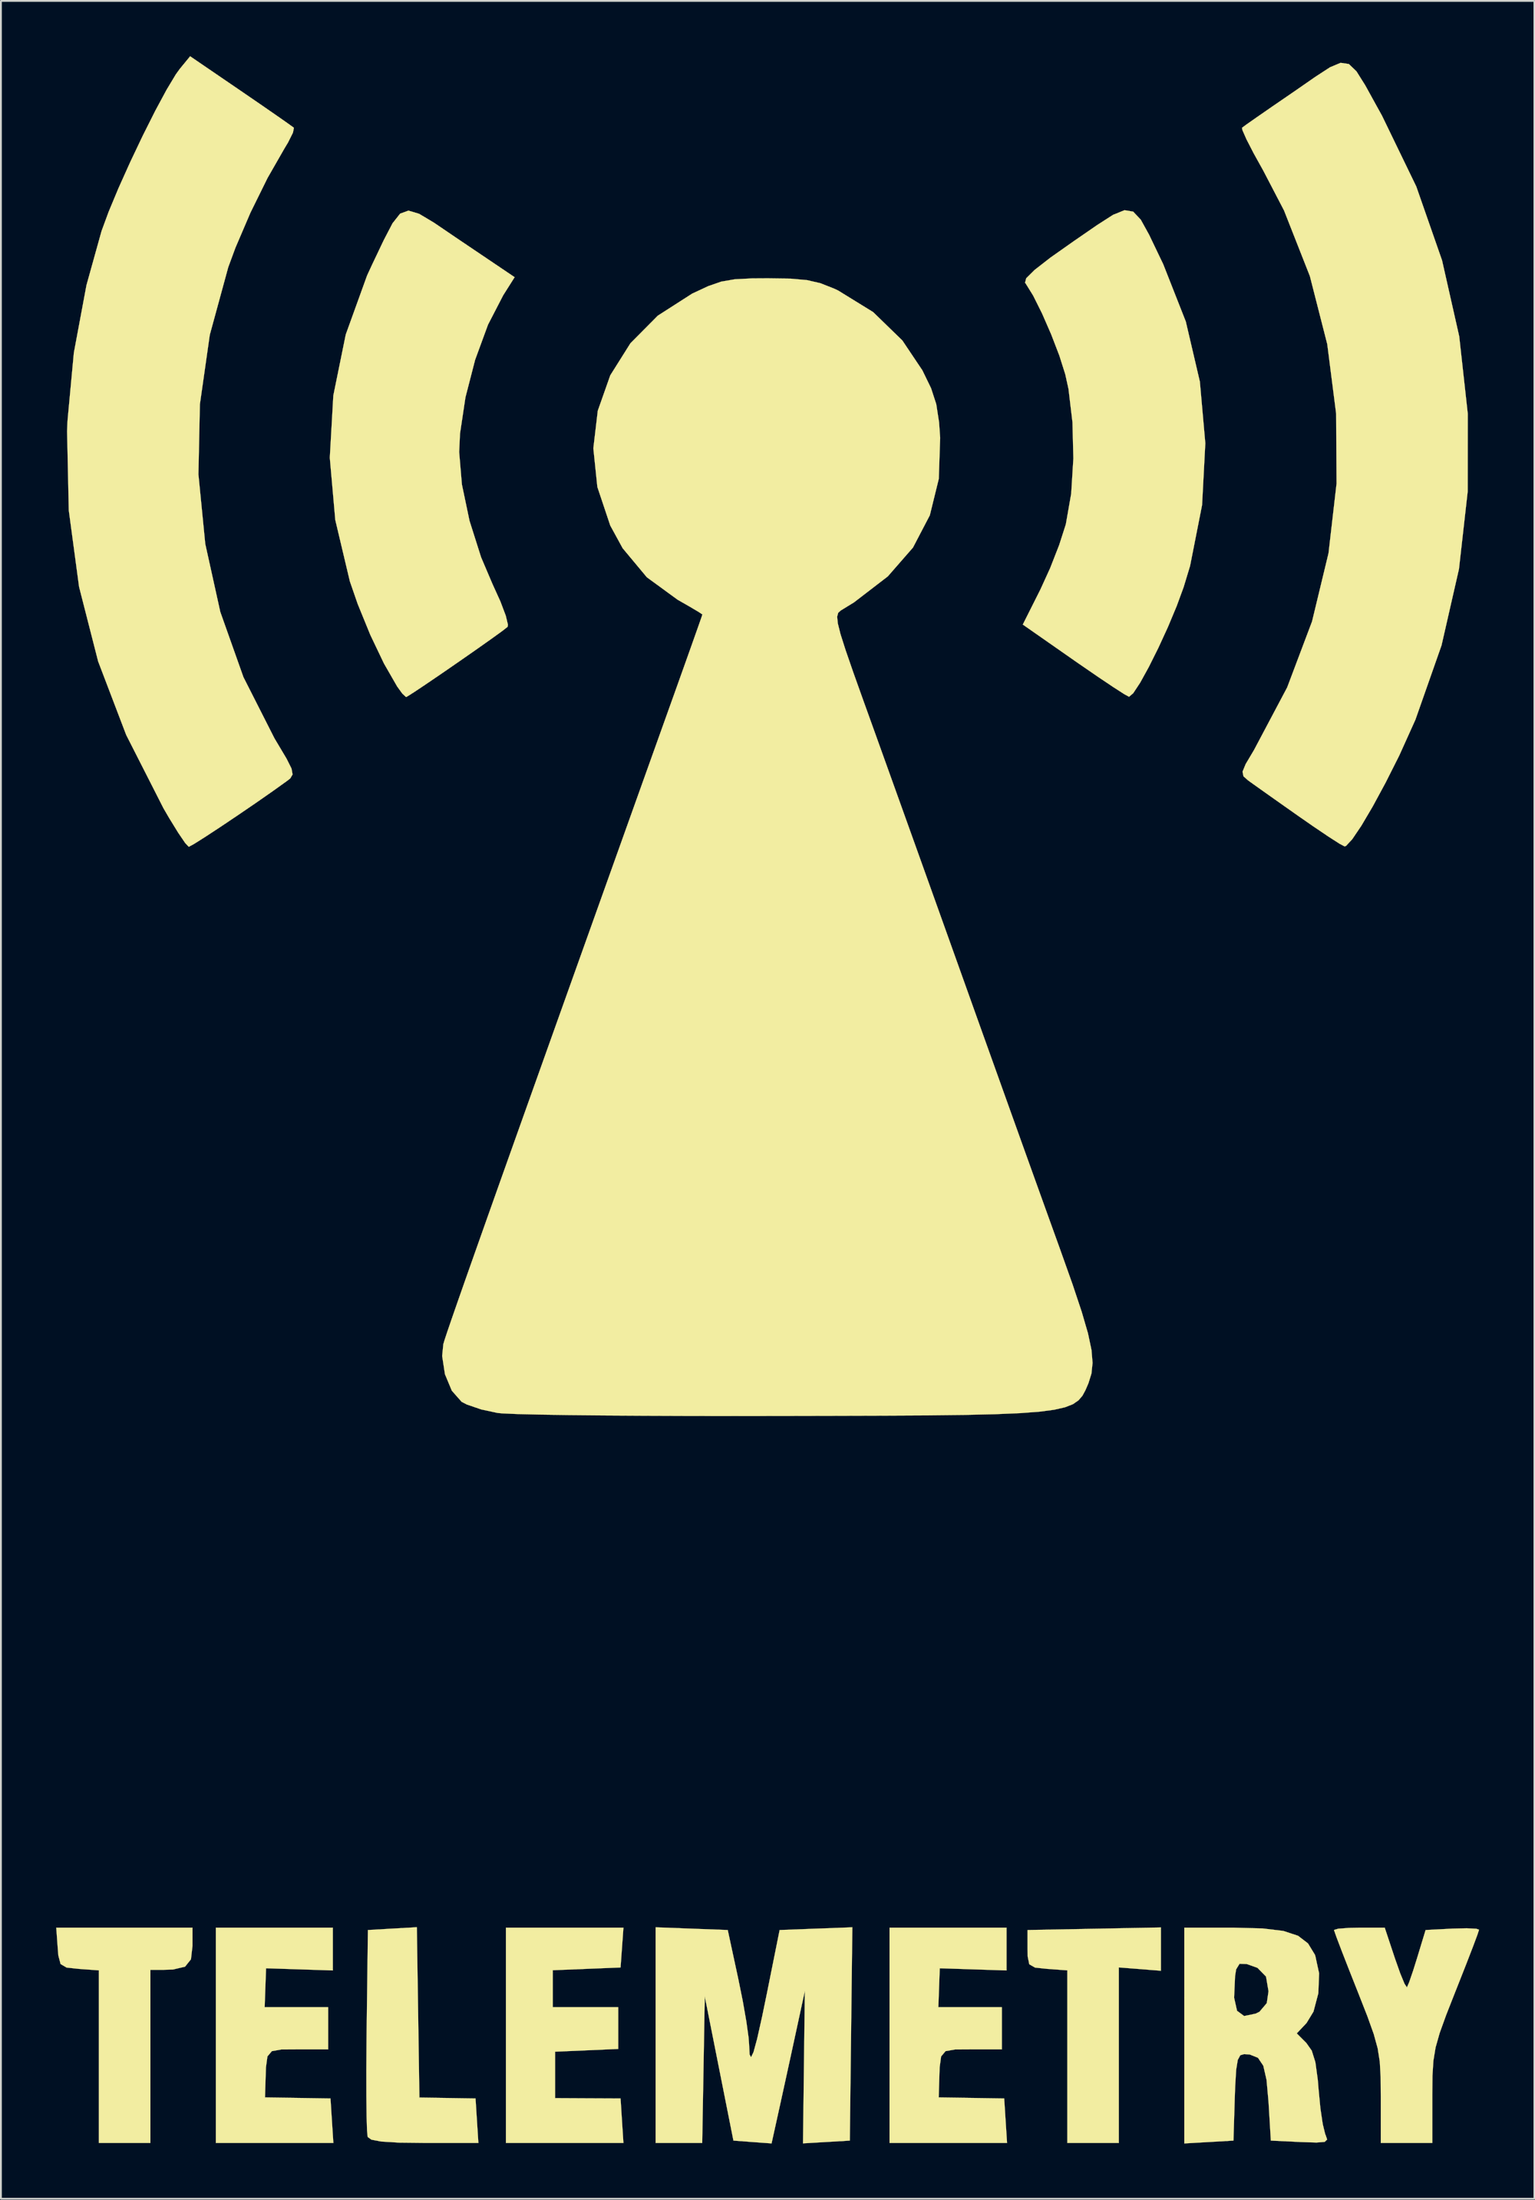
<source format=kicad_pcb>
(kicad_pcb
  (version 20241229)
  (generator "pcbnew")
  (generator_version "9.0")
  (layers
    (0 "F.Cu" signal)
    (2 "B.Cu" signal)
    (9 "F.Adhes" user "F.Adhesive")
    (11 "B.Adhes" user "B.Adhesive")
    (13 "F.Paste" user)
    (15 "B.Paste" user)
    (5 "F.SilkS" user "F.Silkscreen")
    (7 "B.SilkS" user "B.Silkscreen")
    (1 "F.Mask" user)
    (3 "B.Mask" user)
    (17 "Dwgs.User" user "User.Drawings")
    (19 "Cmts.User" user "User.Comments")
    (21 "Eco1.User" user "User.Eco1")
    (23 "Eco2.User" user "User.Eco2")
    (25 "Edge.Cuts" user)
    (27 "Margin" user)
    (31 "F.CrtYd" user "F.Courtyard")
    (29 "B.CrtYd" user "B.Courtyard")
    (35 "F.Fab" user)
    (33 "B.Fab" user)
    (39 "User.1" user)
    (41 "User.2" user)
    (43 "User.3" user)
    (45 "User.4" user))
  (footprint "Telemetry pic"
    (layer "F.Cu")
    (at 38.642 55.109)
    (property "Reference" "Telemetry pic" (at 0 0 0) (layer "F.SilkS") (effects (font (size 1.524 1.524) (thickness 0.3))))
    (attr through_hole)
    (fp_poly (pts (xy 21.336 48.819) (xy 20.193 48.728) (xy 19.05 48.637) (xy 19.05 58.166) (xy 16.256 58.166) (xy 16.256 48.797) (xy 15.177 48.719) (xy 14.5 48.647) (xy 14.189 48.468) (xy 14.101 48.036) (xy 14.097 47.625) (xy 14.097 46.609) (xy 21.336 46.468) (xy 21.336 48.819)) (stroke (width 0.01) (type solid)) (fill yes) (layer "F.SilkS"))
    (fp_poly (pts (xy -31.242 47.471) (xy -31.325 48.198) (xy -31.644 48.596) (xy -32.303 48.753) (xy -32.787 48.768) (xy -33.528 48.768) (xy -33.528 58.166) (xy -36.322 58.166) (xy -36.322 48.797) (xy -37.401 48.719) (xy -38.08 48.645) (xy -38.403 48.454) (xy -38.524 47.992) (xy -38.559 47.562) (xy -38.637 46.482) (xy -31.242 46.482) (xy -31.242 47.471)) (stroke (width 0.01) (type solid)) (fill yes) (layer "F.SilkS"))
    (fp_poly (pts (xy -8.001 48.641) (xy -9.842 48.716) (xy -11.684 48.79) (xy -11.684 50.8) (xy -8.128 50.8) (xy -8.128 53.063) (xy -9.842 53.138) (xy -11.557 53.213) (xy -11.557 55.732) (xy -9.779 55.743) (xy -8.001 55.753) (xy -7.924 56.959) (xy -7.846 58.166) (xy -14.224 58.166) (xy -14.224 46.482) (xy -7.845 46.482) (xy -8.001 48.641)) (stroke (width 0.01) (type solid)) (fill yes) (layer "F.SilkS"))
    (fp_poly (pts (xy -18.992 51.078) (xy -18.923 55.701) (xy -15.875 55.753) (xy -15.798 56.959) (xy -15.72 58.166) (xy -18.663 58.166) (xy -20.048 58.148) (xy -20.984 58.091) (xy -21.526 57.989) (xy -21.73 57.842) (xy -21.764 57.502) (xy -21.788 56.732) (xy -21.801 55.614) (xy -21.803 54.225) (xy -21.792 52.646) (xy -21.786 52.064) (xy -21.717 46.609) (xy -20.389 46.532) (xy -19.062 46.456) (xy -18.992 51.078)) (stroke (width 0.01) (type solid)) (fill yes) (layer "F.SilkS"))
    (fp_poly (pts (xy -23.622 48.802) (xy -25.435 48.743) (xy -27.248 48.684) (xy -27.286 49.742) (xy -27.324 50.8) (xy -23.876 50.8) (xy -23.876 53.086) (xy -25.527 53.086) (xy -26.42 53.092) (xy -26.932 53.183) (xy -27.173 53.47) (xy -27.254 54.064) (xy -27.279 54.834) (xy -27.305 55.693) (xy -23.749 55.753) (xy -23.672 56.959) (xy -23.594 58.166) (xy -29.972 58.166) (xy -29.972 46.482) (xy -23.622 46.482) (xy -23.622 48.802)) (stroke (width 0.01) (type solid)) (fill yes) (layer "F.SilkS"))
    (fp_poly (pts (xy 12.954 48.802) (xy 11.141 48.743) (xy 9.328 48.684) (xy 9.29 49.742) (xy 9.252 50.8) (xy 12.7 50.8) (xy 12.7 53.086) (xy 11.049 53.086) (xy 10.156 53.092) (xy 9.644 53.183) (xy 9.403 53.47) (xy 9.322 54.064) (xy 9.297 54.834) (xy 9.271 55.693) (xy 12.827 55.753) (xy 12.904 56.959) (xy 12.982 58.166) (xy 6.604 58.166) (xy 6.604 46.482) (xy 12.954 46.482) (xy 12.954 48.802)) (stroke (width 0.01) (type solid)) (fill yes) (layer "F.SilkS"))
    (fp_poly (pts (xy 4.445 58.039) (xy 3.175 58.114) (xy 1.905 58.189) (xy 1.955 54.05) (xy 2.005 49.911) (xy 1.51 52.197) (xy 1.225 53.513) (xy 0.918 54.918) (xy 0.649 56.145) (xy 0.606 56.338) (xy 0.197 58.192) (xy -0.838 58.116) (xy -1.873 58.039) (xy -2.651 54.123) (xy -3.429 50.207) (xy -3.499 54.187) (xy -3.569 58.166) (xy -6.096 58.166) (xy -6.096 46.461) (xy -4.139 46.535) (xy -2.182 46.609) (xy -1.607 49.276) (xy -1.364 50.476) (xy -1.171 51.582) (xy -1.051 52.443) (xy -1.024 52.811) (xy -0.995 53.366) (xy -0.916 53.514) (xy -0.782 53.234) (xy -0.584 52.508) (xy -0.317 51.315) (xy -0.046 50) (xy 0.635 46.609) (xy 4.582 46.46) (xy 4.445 58.039)) (stroke (width 0.01) (type solid)) (fill yes) (layer "F.SilkS"))
    (fp_poly (pts (xy -18.936 -46.552) (xy -18.126 -46.068) (xy -16.994 -45.299) (xy -16.691 -45.094) (xy -13.752 -43.112) (xy -14.374 -42.128) (xy -15.197 -40.535) (xy -15.897 -38.627) (xy -16.422 -36.592) (xy -16.718 -34.619) (xy -16.764 -33.622) (xy -16.615 -31.86) (xy -16.202 -29.891) (xy -15.573 -27.909) (xy -14.953 -26.454) (xy -14.524 -25.509) (xy -14.232 -24.735) (xy -14.114 -24.241) (xy -14.135 -24.132) (xy -14.438 -23.896) (xy -15.041 -23.461) (xy -15.848 -22.891) (xy -16.764 -22.253) (xy -17.691 -21.613) (xy -18.535 -21.039) (xy -19.199 -20.595) (xy -19.587 -20.349) (xy -19.647 -20.32) (xy -19.848 -20.507) (xy -20.128 -20.892) (xy -20.845 -22.14) (xy -21.588 -23.697) (xy -22.273 -25.375) (xy -22.697 -26.601) (xy -23.488 -29.934) (xy -23.786 -33.313) (xy -23.595 -36.687) (xy -22.92 -40.001) (xy -21.763 -43.203) (xy -21.487 -43.8) (xy -20.856 -45.126) (xy -20.381 -46.039) (xy -19.967 -46.563) (xy -19.517 -46.726) (xy -18.936 -46.552)) (stroke (width 0.01) (type solid)) (fill yes) (layer "F.SilkS"))
    (fp_poly (pts (xy 34.041 48.149) (xy 34.328 48.96) (xy 34.56 49.522) (xy 34.689 49.722) (xy 34.693 49.719) (xy 34.813 49.443) (xy 35.026 48.823) (xy 35.248 48.116) (xy 35.706 46.609) (xy 37.157 46.533) (xy 37.938 46.513) (xy 38.465 46.541) (xy 38.608 46.592) (xy 38.519 46.865) (xy 38.275 47.519) (xy 37.91 48.462) (xy 37.46 49.604) (xy 37.338 49.911) (xy 36.823 51.22) (xy 36.47 52.198) (xy 36.248 52.982) (xy 36.128 53.71) (xy 36.078 54.522) (xy 36.068 55.554) (xy 36.068 55.63) (xy 36.068 58.166) (xy 33.274 58.166) (xy 33.274 55.63) (xy 33.265 54.579) (xy 33.219 53.758) (xy 33.104 53.028) (xy 32.89 52.252) (xy 32.546 51.291) (xy 32.042 50.007) (xy 32.004 49.911) (xy 31.538 48.734) (xy 31.149 47.736) (xy 30.871 47.004) (xy 30.74 46.632) (xy 30.734 46.605) (xy 30.964 46.537) (xy 31.555 46.493) (xy 32.11 46.482) (xy 33.487 46.482) (xy 34.041 48.149)) (stroke (width 0.01) (type solid)) (fill yes) (layer "F.SilkS"))
    (fp_poly (pts (xy 19.829 -46.671) (xy 20.241 -46.236) (xy 20.693 -45.42) (xy 21.279 -44.196) (xy 21.462 -43.815) (xy 22.687 -40.704) (xy 23.45 -37.442) (xy 23.746 -34.099) (xy 23.57 -30.743) (xy 22.919 -27.442) (xy 22.571 -26.293) (xy 22.192 -25.26) (xy 21.719 -24.128) (xy 21.198 -22.994) (xy 20.678 -21.952) (xy 20.207 -21.098) (xy 19.831 -20.528) (xy 19.604 -20.336) (xy 19.343 -20.48) (xy 18.749 -20.862) (xy 17.904 -21.429) (xy 16.89 -22.126) (xy 16.634 -22.304) (xy 13.837 -24.257) (xy 14.794 -26.162) (xy 15.323 -27.322) (xy 15.813 -28.576) (xy 16.162 -29.663) (xy 16.177 -29.718) (xy 16.465 -31.361) (xy 16.583 -33.272) (xy 16.535 -35.236) (xy 16.319 -37.044) (xy 16.143 -37.842) (xy 15.822 -38.855) (xy 15.38 -40.005) (xy 14.884 -41.142) (xy 14.4 -42.113) (xy 13.994 -42.768) (xy 13.959 -42.813) (xy 14.024 -43.057) (xy 14.476 -43.505) (xy 15.333 -44.172) (xy 16.614 -45.075) (xy 16.661 -45.107) (xy 17.872 -45.942) (xy 18.739 -46.498) (xy 19.36 -46.749) (xy 19.829 -46.671)) (stroke (width 0.01) (type solid)) (fill yes) (layer "F.SilkS"))
    (fp_poly (pts (xy 31.54 -54.683) (xy 31.953 -54.286) (xy 32.428 -53.529) (xy 33.058 -52.386) (xy 33.337 -51.882) (xy 35.2 -48.035) (xy 36.599 -44.026) (xy 37.531 -39.9) (xy 37.995 -35.702) (xy 37.991 -31.477) (xy 37.517 -27.27) (xy 36.571 -23.127) (xy 35.153 -19.092) (xy 34.275 -17.145) (xy 33.533 -15.672) (xy 32.835 -14.382) (xy 32.219 -13.337) (xy 31.722 -12.602) (xy 31.385 -12.24) (xy 31.305 -12.214) (xy 31.032 -12.36) (xy 30.438 -12.741) (xy 29.616 -13.296) (xy 28.829 -13.842) (xy 27.848 -14.533) (xy 26.981 -15.146) (xy 26.339 -15.602) (xy 26.067 -15.798) (xy 25.819 -16.018) (xy 25.767 -16.269) (xy 25.936 -16.681) (xy 26.353 -17.384) (xy 26.384 -17.435) (xy 28.191 -20.845) (xy 29.542 -24.427) (xy 30.436 -28.132) (xy 30.872 -31.908) (xy 30.849 -35.706) (xy 30.367 -39.477) (xy 29.424 -43.168) (xy 28.021 -46.732) (xy 26.896 -48.893) (xy 26.374 -49.833) (xy 25.979 -50.6) (xy 25.762 -51.094) (xy 25.739 -51.224) (xy 25.98 -51.402) (xy 26.56 -51.808) (xy 27.396 -52.387) (xy 28.406 -53.079) (xy 28.611 -53.22) (xy 29.723 -53.991) (xy 30.519 -54.509) (xy 31.093 -54.749) (xy 31.54 -54.683)) (stroke (width 0.01) (type solid)) (fill yes) (layer "F.SilkS"))
    (fp_poly (pts (xy -28.611 -53.221) (xy -27.577 -52.512) (xy -26.701 -51.906) (xy -26.065 -51.461) (xy -25.751 -51.234) (xy -25.735 -51.22) (xy -25.788 -50.956) (xy -26.055 -50.423) (xy -26.242 -50.112) (xy -27.166 -48.499) (xy -28.092 -46.621) (xy -28.911 -44.709) (xy -29.301 -43.652) (xy -30.303 -39.981) (xy -30.84 -36.214) (xy -30.92 -32.41) (xy -30.548 -28.633) (xy -29.732 -24.943) (xy -28.476 -21.403) (xy -26.788 -18.074) (xy -26.646 -17.837) (xy -26.135 -16.978) (xy -25.866 -16.442) (xy -25.807 -16.121) (xy -25.931 -15.909) (xy -26.077 -15.791) (xy -26.867 -15.225) (xy -27.803 -14.572) (xy -28.794 -13.896) (xy -29.747 -13.257) (xy -30.567 -12.719) (xy -31.162 -12.344) (xy -31.44 -12.193) (xy -31.445 -12.193) (xy -31.639 -12.399) (xy -32.016 -12.954) (xy -32.511 -13.758) (xy -32.819 -14.288) (xy -34.84 -18.263) (xy -36.363 -22.255) (xy -37.399 -26.306) (xy -37.957 -30.455) (xy -38.049 -34.745) (xy -38.027 -35.306) (xy -37.682 -39.008) (xy -36.997 -42.68) (xy -36.178 -45.619) (xy -35.791 -46.67) (xy -35.255 -47.954) (xy -34.62 -49.366) (xy -33.94 -50.796) (xy -33.266 -52.138) (xy -32.649 -53.284) (xy -32.143 -54.127) (xy -31.926 -54.426) (xy -31.369 -55.104) (xy -28.611 -53.221)) (stroke (width 0.01) (type solid)) (fill yes) (layer "F.SilkS"))
    (fp_poly (pts (xy 26.845 46.521) (xy 27.983 46.658) (xy 28.781 46.921) (xy 29.322 47.336) (xy 29.687 47.934) (xy 29.715 47.998) (xy 29.923 48.958) (xy 29.882 50.041) (xy 29.619 51.037) (xy 29.244 51.653) (xy 28.711 52.22) (xy 29.231 52.74) (xy 29.525 53.157) (xy 29.721 53.781) (xy 29.852 54.738) (xy 29.896 55.269) (xy 29.994 56.284) (xy 30.121 57.141) (xy 30.253 57.682) (xy 30.276 57.734) (xy 30.361 57.98) (xy 30.228 58.108) (xy 29.782 58.144) (xy 28.927 58.116) (xy 28.908 58.115) (xy 27.305 58.039) (xy 27.178 55.934) (xy 27.071 54.743) (xy 26.895 53.975) (xy 26.606 53.544) (xy 26.16 53.365) (xy 25.854 53.344) (xy 25.645 53.406) (xy 25.508 53.659) (xy 25.421 54.194) (xy 25.367 55.102) (xy 25.346 55.69) (xy 25.273 58.039) (xy 23.939 58.116) (xy 22.606 58.193) (xy 22.606 50.279) (xy 25.309 50.279) (xy 25.469 50.993) (xy 25.854 51.277) (xy 26.477 51.148) (xy 26.687 51.045) (xy 27.083 50.577) (xy 27.178 49.933) (xy 27.043 49.136) (xy 26.576 48.66) (xy 25.996 48.454) (xy 25.604 48.441) (xy 25.419 48.744) (xy 25.361 49.116) (xy 25.309 50.279) (xy 22.606 50.279) (xy 22.606 46.482) (xy 25.286 46.482) (xy 26.845 46.521)) (stroke (width 0.01) (type solid)) (fill yes) (layer "F.SilkS"))
    (fp_poly (pts (xy 1.228 -43.033) (xy 2.124 -42.953) (xy 2.852 -42.784) (xy 3.583 -42.496) (xy 3.81 -42.39) (xy 5.713 -41.217) (xy 7.299 -39.676) (xy 8.386 -38.055) (xy 8.858 -37.083) (xy 9.139 -36.22) (xy 9.291 -35.235) (xy 9.35 -34.394) (xy 9.275 -32.163) (xy 8.79 -30.189) (xy 7.875 -28.437) (xy 6.51 -26.873) (xy 4.674 -25.462) (xy 3.949 -25.017) (xy 3.815 -24.895) (xy 3.757 -24.684) (xy 3.794 -24.319) (xy 3.939 -23.74) (xy 4.212 -22.882) (xy 4.626 -21.683) (xy 5.199 -20.079) (xy 5.296 -19.81) (xy 5.791 -18.435) (xy 6.425 -16.669) (xy 7.167 -14.601) (xy 7.986 -12.318) (xy 8.849 -9.908) (xy 9.725 -7.46) (xy 10.583 -5.06) (xy 10.667 -4.826) (xy 11.511 -2.464) (xy 12.369 -0.069) (xy 13.209 2.277) (xy 14.003 4.491) (xy 14.72 6.487) (xy 15.331 8.185) (xy 15.805 9.499) (xy 15.86 9.652) (xy 16.536 11.552) (xy 17.036 13.051) (xy 17.375 14.216) (xy 17.566 15.118) (xy 17.624 15.824) (xy 17.564 16.404) (xy 17.401 16.926) (xy 17.388 16.957) (xy 17.238 17.305) (xy 17.077 17.603) (xy 16.864 17.853) (xy 16.562 18.062) (xy 16.132 18.231) (xy 15.534 18.367) (xy 14.73 18.472) (xy 13.681 18.551) (xy 12.348 18.607) (xy 10.692 18.646) (xy 8.675 18.672) (xy 6.257 18.687) (xy 3.399 18.697) (xy 0.889 18.703) (xy -1.797 18.707) (xy -4.365 18.703) (xy -6.764 18.692) (xy -8.943 18.676) (xy -10.849 18.655) (xy -12.433 18.628) (xy -13.642 18.598) (xy -14.426 18.563) (xy -14.671 18.541) (xy -15.57 18.348) (xy -16.351 18.08) (xy -16.63 17.935) (xy -17.161 17.334) (xy -17.535 16.437) (xy -17.686 15.45) (xy -17.623 14.805) (xy -17.557 14.584) (xy -17.412 14.145) (xy -17.181 13.47) (xy -16.858 12.541) (xy -16.437 11.34) (xy -15.91 9.847) (xy -15.272 8.044) (xy -14.516 5.914) (xy -13.634 3.437) (xy -12.621 0.595) (xy -11.471 -2.629) (xy -10.176 -6.255) (xy -8.73 -10.302) (xy -7.127 -14.786) (xy -5.359 -19.728) (xy -5.056 -20.574) (xy -4.571 -21.933) (xy -4.151 -23.113) (xy -3.824 -24.036) (xy -3.617 -24.624) (xy -3.557 -24.804) (xy -3.758 -24.939) (xy -4.283 -25.249) (xy -4.905 -25.605) (xy -6.574 -26.824) (xy -7.887 -28.4) (xy -8.56 -29.632) (xy -9.26 -31.725) (xy -9.478 -33.823) (xy -9.237 -35.864) (xy -8.559 -37.786) (xy -7.465 -39.526) (xy -5.979 -41.024) (xy -4.122 -42.215) (xy -4.069 -42.241) (xy -3.234 -42.63) (xy -2.538 -42.871) (xy -1.805 -42.998) (xy -0.86 -43.047) (xy -0.005 -43.053) (xy 1.228 -43.033)) (stroke (width 0.01) (type solid)) (fill yes) (layer "F.SilkS")))
  (gr_rect
    (start -3 -3)
    (end 80.255 116.306)
    (stroke (width 0.1) (type default))
    (fill no)
    (layer "Edge.Cuts")))
</source>
